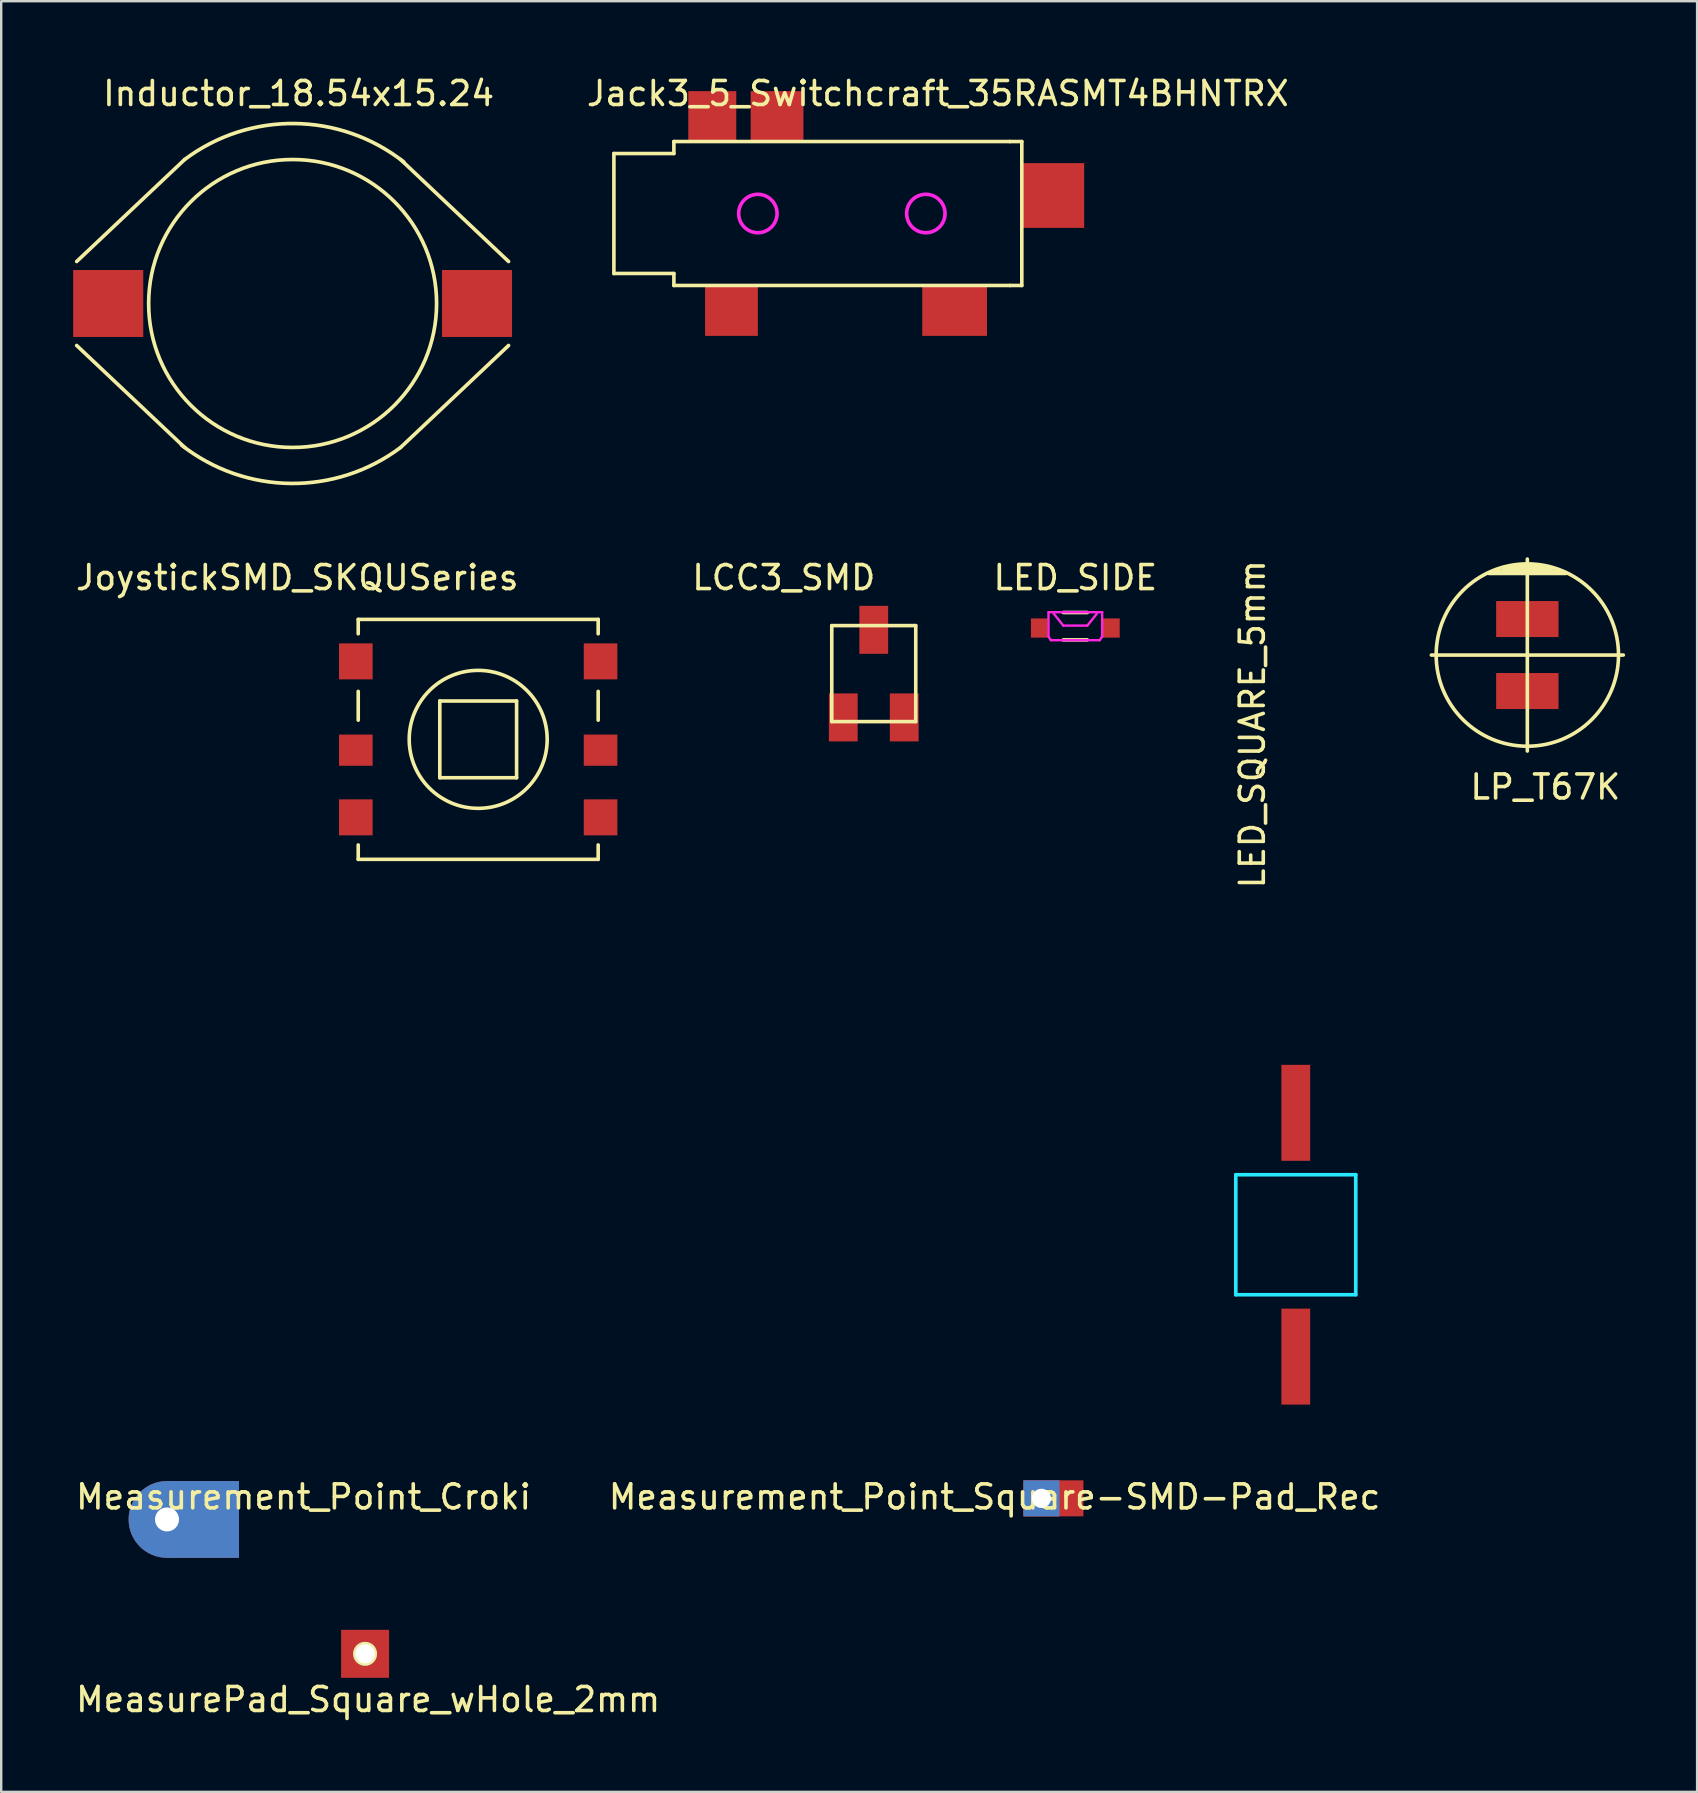
<source format=kicad_pcb>
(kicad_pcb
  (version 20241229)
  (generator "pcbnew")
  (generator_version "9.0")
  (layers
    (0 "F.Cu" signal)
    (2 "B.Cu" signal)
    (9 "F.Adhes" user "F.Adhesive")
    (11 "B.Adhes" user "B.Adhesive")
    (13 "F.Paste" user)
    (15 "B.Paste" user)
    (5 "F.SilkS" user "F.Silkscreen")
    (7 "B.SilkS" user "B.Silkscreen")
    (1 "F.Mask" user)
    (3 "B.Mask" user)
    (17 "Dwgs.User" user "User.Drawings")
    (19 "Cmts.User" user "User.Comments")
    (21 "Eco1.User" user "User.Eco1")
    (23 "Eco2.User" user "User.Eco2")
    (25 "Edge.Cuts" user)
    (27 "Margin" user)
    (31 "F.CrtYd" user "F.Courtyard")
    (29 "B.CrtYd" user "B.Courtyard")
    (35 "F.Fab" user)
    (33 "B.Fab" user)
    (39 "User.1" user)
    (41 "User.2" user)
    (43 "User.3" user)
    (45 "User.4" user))
  (footprint "LED_SQUARE_5mm"
    (layer "F.Cu")
    (at 50.952 48.407)
    (property "Reference" "LED_SQUARE_5mm" (at -1.81 -21.274 270) (layer "F.SilkS") (effects (font (size 1 1) (thickness 0.15))))
    (attr through_hole)
    (fp_line (start -2.5 -2.5) (end 2.5 -2.5) (stroke (width 0.15) (type solid)) (layer "B.CrtYd"))
    (fp_line (start -2.5 2.5) (end -2.5 -2.5) (stroke (width 0.15) (type solid)) (layer "B.CrtYd"))
    (fp_line (start 2.5 -2.5) (end 2.5 2.5) (stroke (width 0.15) (type solid)) (layer "B.CrtYd"))
    (fp_line (start 2.5 2.5) (end -2.5 2.5) (stroke (width 0.15) (type solid)) (layer "B.CrtYd"))
    (pad "1" smd rect (at 0 5.08) (size 1.2 4) (layers "F.Cu" "F.Mask" "F.Paste"))
    (pad "2" smd rect (at 0 -5.08) (size 1.2 4) (layers "F.Cu" "F.Mask" "F.Paste")))
  (footprint "Jack3_5_Switchcraft_35RASMT4BHNTRX"
    (layer "F.Cu")
    (at 25.034 5.848)
    (property "Reference" "Jack3_5_Switchcraft_35RASMT4BHNTRX" (at 11 -5 0) (layer "F.SilkS") (effects (font (size 1 1) (thickness 0.15))))
    (attr through_hole)
    (fp_line (start -2.5 -2.5) (end -2.5 2.5) (stroke (width 0.15) (type solid)) (layer "F.SilkS"))
    (fp_line (start 0 -3) (end 0 -2.5) (stroke (width 0.15) (type solid)) (layer "F.SilkS"))
    (fp_line (start 0 -3) (end 14 -3) (stroke (width 0.15) (type solid)) (layer "F.SilkS"))
    (fp_line (start 0 -2.5) (end -2.5 -2.5) (stroke (width 0.15) (type solid)) (layer "F.SilkS"))
    (fp_line (start 0 2.5) (end -2.5 2.5) (stroke (width 0.15) (type solid)) (layer "F.SilkS"))
    (fp_line (start 0 2.5) (end 0 3) (stroke (width 0.15) (type solid)) (layer "F.SilkS"))
    (fp_line (start 0 3) (end 14 3) (stroke (width 0.15) (type solid)) (layer "F.SilkS"))
    (fp_line (start 14 3) (end 14.5 3) (stroke (width 0.15) (type solid)) (layer "F.SilkS"))
    (fp_line (start 14.5 -3) (end 14 -3) (stroke (width 0.15) (type solid)) (layer "F.SilkS"))
    (fp_line (start 14.5 3) (end 14.5 -3) (stroke (width 0.15) (type solid)) (layer "F.SilkS"))
    (fp_circle (center 3.5 0) (end 4.3 0) (stroke (width 0.15) (type solid)) (fill no) (layer "F.CrtYd"))
    (fp_circle (center 10.5 0) (end 11.3 0) (stroke (width 0.15) (type solid)) (fill no) (layer "F.CrtYd"))
    (pad "1" smd rect (at 2.4 4.05) (size 2.2 2.1) (layers "F.Cu" "F.Mask" "F.Paste"))
    (pad "2" smd rect (at 4.3 -4.05) (size 2.2 2.1) (layers "F.Cu" "F.Mask" "F.Paste"))
    (pad "3" smd rect (at 11.7 4.05) (size 2.7 2.1) (layers "F.Cu" "F.Mask" "F.Paste"))
    (pad "4" smd rect (at 1.6 -4.05) (size 2 2.1) (layers "F.Cu" "F.Mask" "F.Paste"))
    (pad "5" smd rect (at 15.8 -0.75) (size 2.6 2.7) (layers "F.Cu" "F.Mask" "F.Paste")))
  (footprint "LED_SIDE"
    (layer "F.Cu")
    (at 41.764 23.123)
    (property "Reference" "LED_SIDE" (at 0 -2.1 0) (layer "F.SilkS") (effects (font (size 1 1) (thickness 0.15))))
    (attr smd)
    (fp_line (start -0.5 0.494) (end 0.5 0.494) (stroke (width 0.15) (type solid)) (layer "F.SilkS"))
    (fp_line (start 0.5 -0.647) (end -0.5 -0.647) (stroke (width 0.15) (type solid)) (layer "F.SilkS"))
    (fp_line (start -1.118 -0.66) (end 1.118 -0.66) (stroke (width 0.1) (type solid)) (layer "F.CrtYd"))
    (fp_line (start -1.118 0.356) (end -1.118 -0.66) (stroke (width 0.1) (type solid)) (layer "F.CrtYd"))
    (fp_line (start -1.016 0.508) (end -1.118 0.356) (stroke (width 0.1) (type solid)) (layer "F.CrtYd"))
    (fp_line (start -1.016 0.508) (end 1.016 0.508) (stroke (width 0.1) (type solid)) (layer "F.CrtYd"))
    (fp_line (start -0.5 -0.1) (end -0.9 -0.6) (stroke (width 0.1) (type solid)) (layer "F.CrtYd"))
    (fp_line (start 0.5 -0.1) (end -0.5 -0.1) (stroke (width 0.1) (type solid)) (layer "F.CrtYd"))
    (fp_line (start 0.9 -0.6) (end 0.5 -0.1) (stroke (width 0.1) (type solid)) (layer "F.CrtYd"))
    (fp_line (start 1.016 0.508) (end 1.118 0.356) (stroke (width 0.1) (type solid)) (layer "F.CrtYd"))
    (fp_line (start 1.118 -0.66) (end 1.118 0.356) (stroke (width 0.1) (type solid)) (layer "F.CrtYd"))
    (pad "1" smd rect (at 1.5 0) (size 0.7 0.8) (layers "F.Cu" "F.Mask" "F.Paste"))
    (pad "2" smd rect (at -1.5 0) (size 0.7 0.8) (layers "F.Cu" "F.Mask" "F.Paste")))
  (footprint "Inductor_18.54x15.24"
    (layer "F.Cu")
    (at 9.145 9.598)
    (property "Reference" "Inductor_18.54x15.24" (at 0.25 -8.75 0) (layer "F.SilkS") (effects (font (size 1 1) (thickness 0.15))))
    (attr smd)
    (fp_line (start -9 1.75) (end -4.5 6) (stroke (width 0.152) (type solid)) (layer "F.SilkS"))
    (fp_line (start -4.5 -6) (end -9 -1.75) (stroke (width 0.152) (type solid)) (layer "F.SilkS"))
    (fp_line (start 9 -1.75) (end 4.5 -6) (stroke (width 0.152) (type solid)) (layer "F.SilkS"))
    (fp_line (start 9 1.75) (end 4.5 6) (stroke (width 0.152) (type solid)) (layer "F.SilkS"))
    (fp_arc (start -4.5 -6) (mid 0.082479 -7.499546) (end 4.630869 -5.89958) (stroke (width 0.1524) (type solid)) (layer "F.SilkS"))
    (fp_arc (start 4.5 6) (mid -0.082479 7.499546) (end -4.630869 5.89958) (stroke (width 0.1524) (type solid)) (layer "F.SilkS"))
    (fp_circle (center 0 0) (end 6 0) (stroke (width 0.152) (type solid)) (fill no) (layer "F.SilkS"))
    (pad "1" smd rect (at -7.685 0) (size 2.92 2.79) (layers "F.Cu" "F.Mask" "F.Paste"))
    (pad "2" smd rect (at 7.685 0) (size 2.92 2.79) (layers "F.Cu" "F.Mask" "F.Paste")))
  (footprint "Measurement_Point_Square-SMD-Pad_Rec"
    (layer "F.Cu")
    (at 40.352 59.394)
    (property "Reference" "Measurement_Point_Square-SMD-Pad_Rec" (at -1.953 -0.059 0) (layer "F.SilkS") (effects (font (size 1 1) (thickness 0.15))))
    (attr through_hole)
    (pad "1" thru_hole rect (at 0 0) (size 1.501 1.501) (drill 0.8) (layers "*.Cu" "*.Mask"))
    (pad "1" smd rect (at 0.5 0) (size 2.5 1.501) (layers "F.Cu" "F.Mask" "F.Paste")))
  (footprint "JoystickSMD_SKQUSeries"
    (layer "F.Cu")
    (at 16.879 27.763)
    (property "Reference" "JoystickSMD_SKQUSeries" (at -7.54 -6.74 0) (layer "F.SilkS") (effects (font (size 1 1) (thickness 0.15))))
    (attr through_hole)
    (fp_line (start -5 -5) (end -5 -4.4) (stroke (width 0.15) (type solid)) (layer "F.SilkS"))
    (fp_line (start -5 -5) (end 5 -5) (stroke (width 0.15) (type solid)) (layer "F.SilkS"))
    (fp_line (start -5 -2) (end -5 -0.8) (stroke (width 0.15) (type solid)) (layer "F.SilkS"))
    (fp_line (start -5 5) (end -5 4.4) (stroke (width 0.15) (type solid)) (layer "F.SilkS"))
    (fp_line (start -5 5) (end 5 5) (stroke (width 0.15) (type solid)) (layer "F.SilkS"))
    (fp_line (start -1.6 -1.6) (end -1.6 1.6) (stroke (width 0.15) (type solid)) (layer "F.SilkS"))
    (fp_line (start -1.6 1.6) (end 1.6 1.6) (stroke (width 0.15) (type solid)) (layer "F.SilkS"))
    (fp_line (start 1.6 -1.6) (end -1.6 -1.6) (stroke (width 0.15) (type solid)) (layer "F.SilkS"))
    (fp_line (start 1.6 1.6) (end 1.6 -1.6) (stroke (width 0.15) (type solid)) (layer "F.SilkS"))
    (fp_line (start 5 -5) (end 5 -4.4) (stroke (width 0.15) (type solid)) (layer "F.SilkS"))
    (fp_line (start 5 -2) (end 5 -0.8) (stroke (width 0.15) (type solid)) (layer "F.SilkS"))
    (fp_line (start 5 5) (end 5 4.4) (stroke (width 0.15) (type solid)) (layer "F.SilkS"))
    (fp_circle (center 0 0) (end 2.875 0) (stroke (width 0.15) (type solid)) (fill no) (layer "F.SilkS"))
    (pad "1" smd rect (at -5.1 -3.25) (size 1.4 1.5) (layers "F.Cu" "F.Mask" "F.Paste"))
    (pad "2" smd rect (at -5.1 0.45) (size 1.4 1.3) (layers "F.Cu" "F.Mask" "F.Paste"))
    (pad "3" smd rect (at -5.1 3.25) (size 1.4 1.5) (layers "F.Cu" "F.Mask" "F.Paste"))
    (pad "4" smd rect (at 5.1 3.25) (size 1.4 1.5) (layers "F.Cu" "F.Mask" "F.Paste"))
    (pad "5" smd rect (at 5.1 0.45) (size 1.4 1.3) (layers "F.Cu" "F.Mask" "F.Paste"))
    (pad "6" smd rect (at 5.1 -3.25) (size 1.4 1.5) (layers "F.Cu" "F.Mask" "F.Paste")))
  (footprint "MeasurePad_Square_wHole_2mm"
    (layer "F.Cu")
    (at 12.165 65.873)
    (property "Reference" "MeasurePad_Square_wHole_2mm" (at 0.127 1.905 0) (layer "F.SilkS") (effects (font (size 1 1) (thickness 0.15))))
    (attr through_hole)
    (pad "1" thru_hole circle (at 0 0) (size 1 1) (drill 0.8) (layers "*.Cu" "*.Mask" "F.SilkS"))
    (pad "1" smd rect (at 0 0) (size 2 2) (layers "F.Cu" "F.Mask")))
  (footprint "Measurement_Point_Croki"
    (layer "F.Cu")
    (at 5.41 60.273)
    (property "Reference" "Measurement_Point_Croki" (at 4.191 -0.938 0) (layer "F.SilkS") (effects (font (size 1 1) (thickness 0.15))))
    (attr through_hole)
    (pad "1" thru_hole circle (at -1.5 0) (size 3.2 3.2) (drill 1) (layers "*.Cu" "*.Mask"))
    (pad "1" smd rect (at 0 0) (size 3 3.2) (layers "F.Cu" "F.Mask"))
    (pad "1" smd rect (at 0 0) (size 3 3.2) (layers "B.Cu" "B.Mask")))
  (footprint "LP_T67K"
    (layer "F.Cu")
    (at 60.602 24.249)
    (property "Reference" "LP_T67K" (at 0.75 5.5 0) (layer "F.SilkS") (effects (font (size 1 1) (thickness 0.15))))
    (attr through_hole)
    (fp_line (start -4 0) (end 4 0) (stroke (width 0.15) (type solid)) (layer "F.SilkS"))
    (fp_line (start -1.6 -3.4) (end 1.6 -3.4) (stroke (width 0.15) (type solid)) (layer "F.SilkS"))
    (fp_line (start -1 -3.6) (end 1 -3.6) (stroke (width 0.15) (type solid)) (layer "F.SilkS"))
    (fp_line (start 0 -4) (end 0 4) (stroke (width 0.15) (type solid)) (layer "F.SilkS"))
    (fp_line (start 0.6 -3.7) (end -0.6 -3.7) (stroke (width 0.15) (type solid)) (layer "F.SilkS"))
    (fp_line (start 1.3 -3.5) (end -1.3 -3.5) (stroke (width 0.15) (type solid)) (layer "F.SilkS"))
    (fp_circle (center 0 0) (end 3.8 0) (stroke (width 0.15) (type solid)) (fill no) (layer "F.SilkS"))
    (pad "1" smd rect (at 0 -1.5) (size 2.6 1.5) (layers "F.Cu" "F.Mask" "F.Paste"))
    (pad "2" smd rect (at 0 1.5) (size 2.6 1.5) (layers "F.Cu" "F.Mask" "F.Paste")))
  (footprint "LCC3_SMD"
    (layer "F.Cu")
    (at 33.364 25.023)
    (property "Reference" "LCC3_SMD" (at -3.75 -4 0) (layer "F.SilkS") (effects (font (size 1 1) (thickness 0.15))))
    (attr through_hole)
    (fp_line (start -1.75 -2) (end -1.75 2) (stroke (width 0.15) (type solid)) (layer "F.SilkS"))
    (fp_line (start -1.75 -2) (end 1.75 -2) (stroke (width 0.15) (type solid)) (layer "F.SilkS"))
    (fp_line (start 1.75 -2) (end 1.75 2) (stroke (width 0.15) (type solid)) (layer "F.SilkS"))
    (fp_line (start 1.75 2) (end -1.75 2) (stroke (width 0.15) (type solid)) (layer "F.SilkS"))
    (pad "1" smd rect (at -1.27 1.825) (size 1.2 2) (layers "F.Cu" "F.Mask" "F.Paste"))
    (pad "2" smd rect (at 1.27 1.825) (size 1.2 2) (layers "F.Cu" "F.Mask" "F.Paste"))
    (pad "3" smd rect (at 0 -1.825) (size 1.2 2) (layers "F.Cu" "F.Mask" "F.Paste")))
  (gr_rect
    (start -3 -3)
    (end 67.677 71.626)
    (stroke (width 0.1) (type default))
    (fill no)
    (layer "Edge.Cuts")))
</source>
